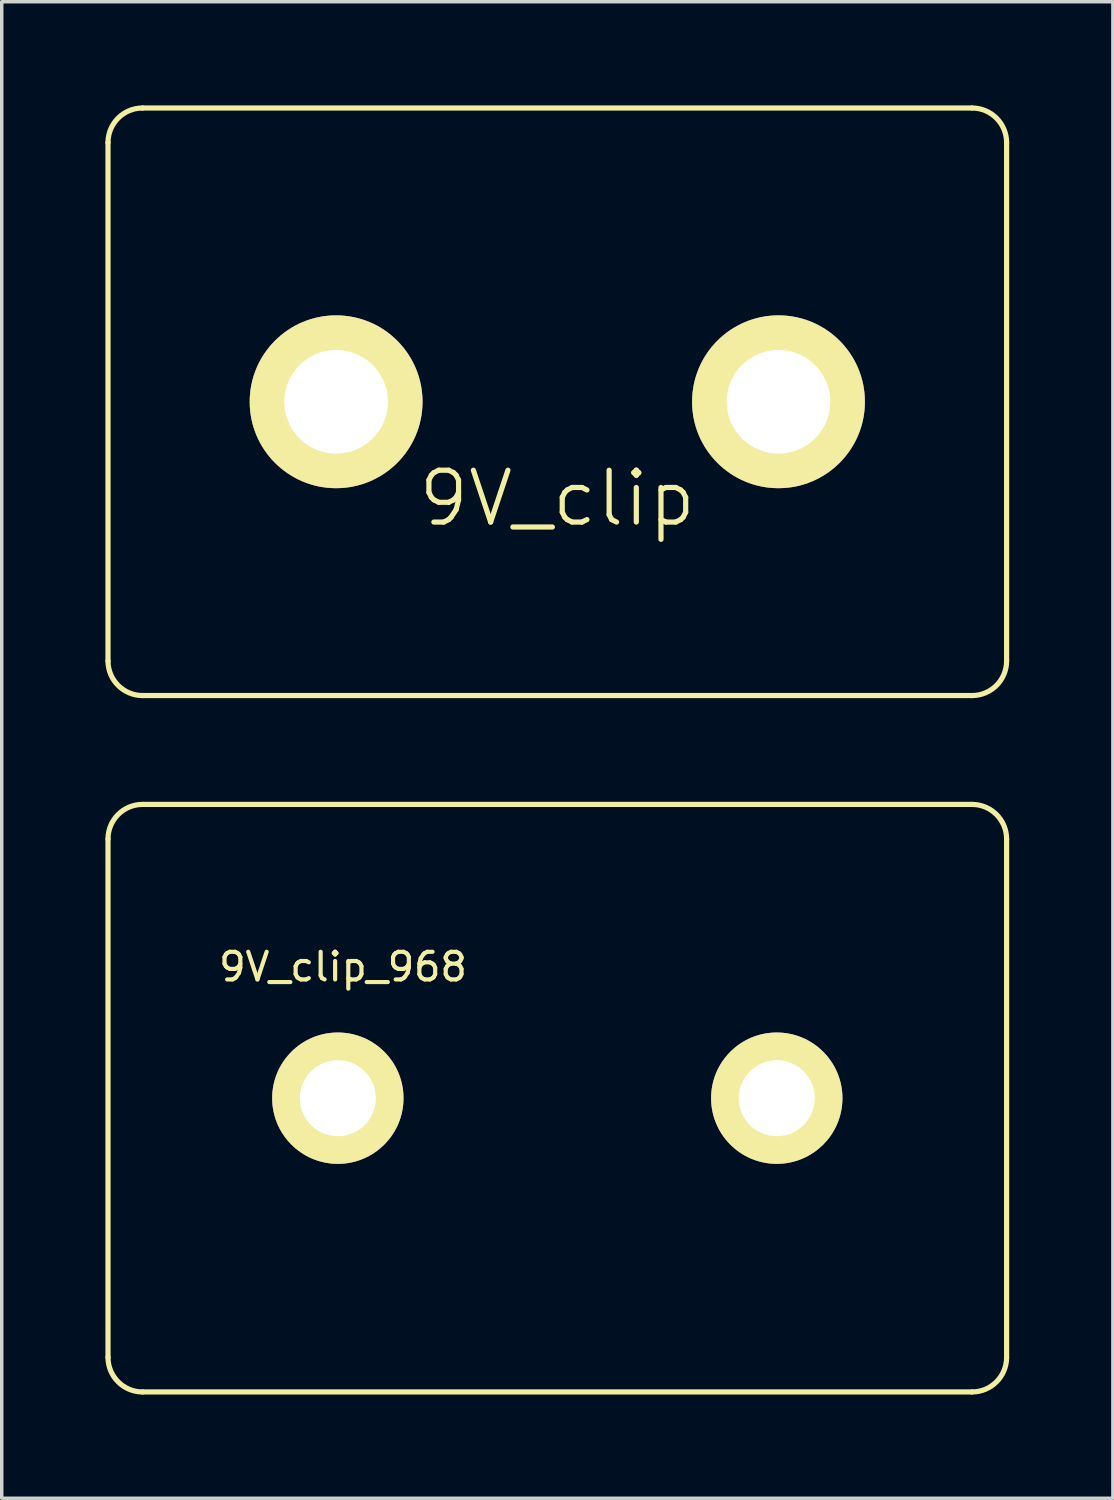
<source format=kicad_pcb>
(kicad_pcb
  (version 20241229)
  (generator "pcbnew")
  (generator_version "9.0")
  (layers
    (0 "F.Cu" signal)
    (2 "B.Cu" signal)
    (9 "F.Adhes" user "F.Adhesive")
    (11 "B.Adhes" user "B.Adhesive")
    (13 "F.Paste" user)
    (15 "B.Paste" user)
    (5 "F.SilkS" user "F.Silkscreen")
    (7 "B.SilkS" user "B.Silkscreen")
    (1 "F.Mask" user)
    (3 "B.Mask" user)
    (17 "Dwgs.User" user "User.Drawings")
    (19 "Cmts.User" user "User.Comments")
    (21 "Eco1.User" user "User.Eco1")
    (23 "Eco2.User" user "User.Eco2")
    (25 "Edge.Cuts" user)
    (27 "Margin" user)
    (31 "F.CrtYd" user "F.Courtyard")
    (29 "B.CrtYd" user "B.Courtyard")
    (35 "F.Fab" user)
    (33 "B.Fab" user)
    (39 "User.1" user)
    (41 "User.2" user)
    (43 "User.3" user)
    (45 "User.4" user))
  (footprint "9V_clip"
    (layer "F.Cu")
    (at 13.075 8.575)
    (property "Reference" "9V_clip" (at 0 2.794 0) (layer "F.SilkS") (effects (font (size 1.5 1.5) (thickness 0.15))))
    (attr through_hole)
    (fp_line (start -13 -7.5) (end -13 7.5) (stroke (width 0.15) (type solid)) (layer "F.SilkS"))
    (fp_line (start -12 8.5) (end 12 8.5) (stroke (width 0.15) (type solid)) (layer "F.SilkS"))
    (fp_line (start 12 -8.5) (end -12 -8.5) (stroke (width 0.15) (type solid)) (layer "F.SilkS"))
    (fp_line (start 13 7.5) (end 13 -7.5) (stroke (width 0.15) (type solid)) (layer "F.SilkS"))
    (fp_arc (start -13 -7.5) (mid -12.707107 -8.207107) (end -12 -8.5) (stroke (width 0.15) (type solid)) (layer "F.SilkS"))
    (fp_arc (start -12 8.5) (mid -12.707107 8.207107) (end -13 7.5) (stroke (width 0.15) (type solid)) (layer "F.SilkS"))
    (fp_arc (start 12 -8.5) (mid 12.707107 -8.207107) (end 13 -7.5) (stroke (width 0.15) (type solid)) (layer "F.SilkS"))
    (fp_arc (start 13 7.5) (mid 12.707107 8.207107) (end 12 8.5) (stroke (width 0.15) (type solid)) (layer "F.SilkS"))
    (pad "1" thru_hole circle (at 6.4 0) (size 5 5) (drill 3) (layers "*.Cu" "*.Mask" "F.SilkS"))
    (pad "2" thru_hole circle (at -6.4 0) (size 5 5) (drill 3) (layers "*.Cu" "*.Mask" "F.SilkS")))
  (footprint "9V_clip_968"
    (layer "F.Cu")
    (at 13.075 28.725)
    (property "Reference" "9V_clip_968" (at -6.2 -3.8 0) (layer "F.SilkS") (effects (font (size 0.8 0.8) (thickness 0.12))))
    (attr through_hole)
    (fp_line (start -13 -7.5) (end -13 7.5) (stroke (width 0.15) (type solid)) (layer "F.SilkS"))
    (fp_line (start -12 8.5) (end 12 8.5) (stroke (width 0.15) (type solid)) (layer "F.SilkS"))
    (fp_line (start 12 -8.5) (end -12 -8.5) (stroke (width 0.15) (type solid)) (layer "F.SilkS"))
    (fp_line (start 13 7.5) (end 13 -7.5) (stroke (width 0.15) (type solid)) (layer "F.SilkS"))
    (fp_arc (start -13 -7.5) (mid -12.707107 -8.207107) (end -12 -8.5) (stroke (width 0.15) (type solid)) (layer "F.SilkS"))
    (fp_arc (start -12 8.5) (mid -12.707107 8.207107) (end -13 7.5) (stroke (width 0.15) (type solid)) (layer "F.SilkS"))
    (fp_arc (start 12 -8.5) (mid 12.707107 -8.207107) (end 13 -7.5) (stroke (width 0.15) (type solid)) (layer "F.SilkS"))
    (fp_arc (start 13 7.5) (mid 12.707107 8.207107) (end 12 8.5) (stroke (width 0.15) (type solid)) (layer "F.SilkS"))
    (pad "1" thru_hole circle (at 6.35 0) (size 3.8 3.8) (drill 2.2) (layers "*.Cu" "*.Mask" "F.SilkS"))
    (pad "2" thru_hole circle (at -6.35 0) (size 3.8 3.8) (drill 2.2) (layers "*.Cu" "*.Mask" "F.SilkS")))
  (gr_rect
    (start -3 -3)
    (end 29.15 40.3)
    (stroke (width 0.1) (type default))
    (fill no)
    (layer "Edge.Cuts")))
</source>
